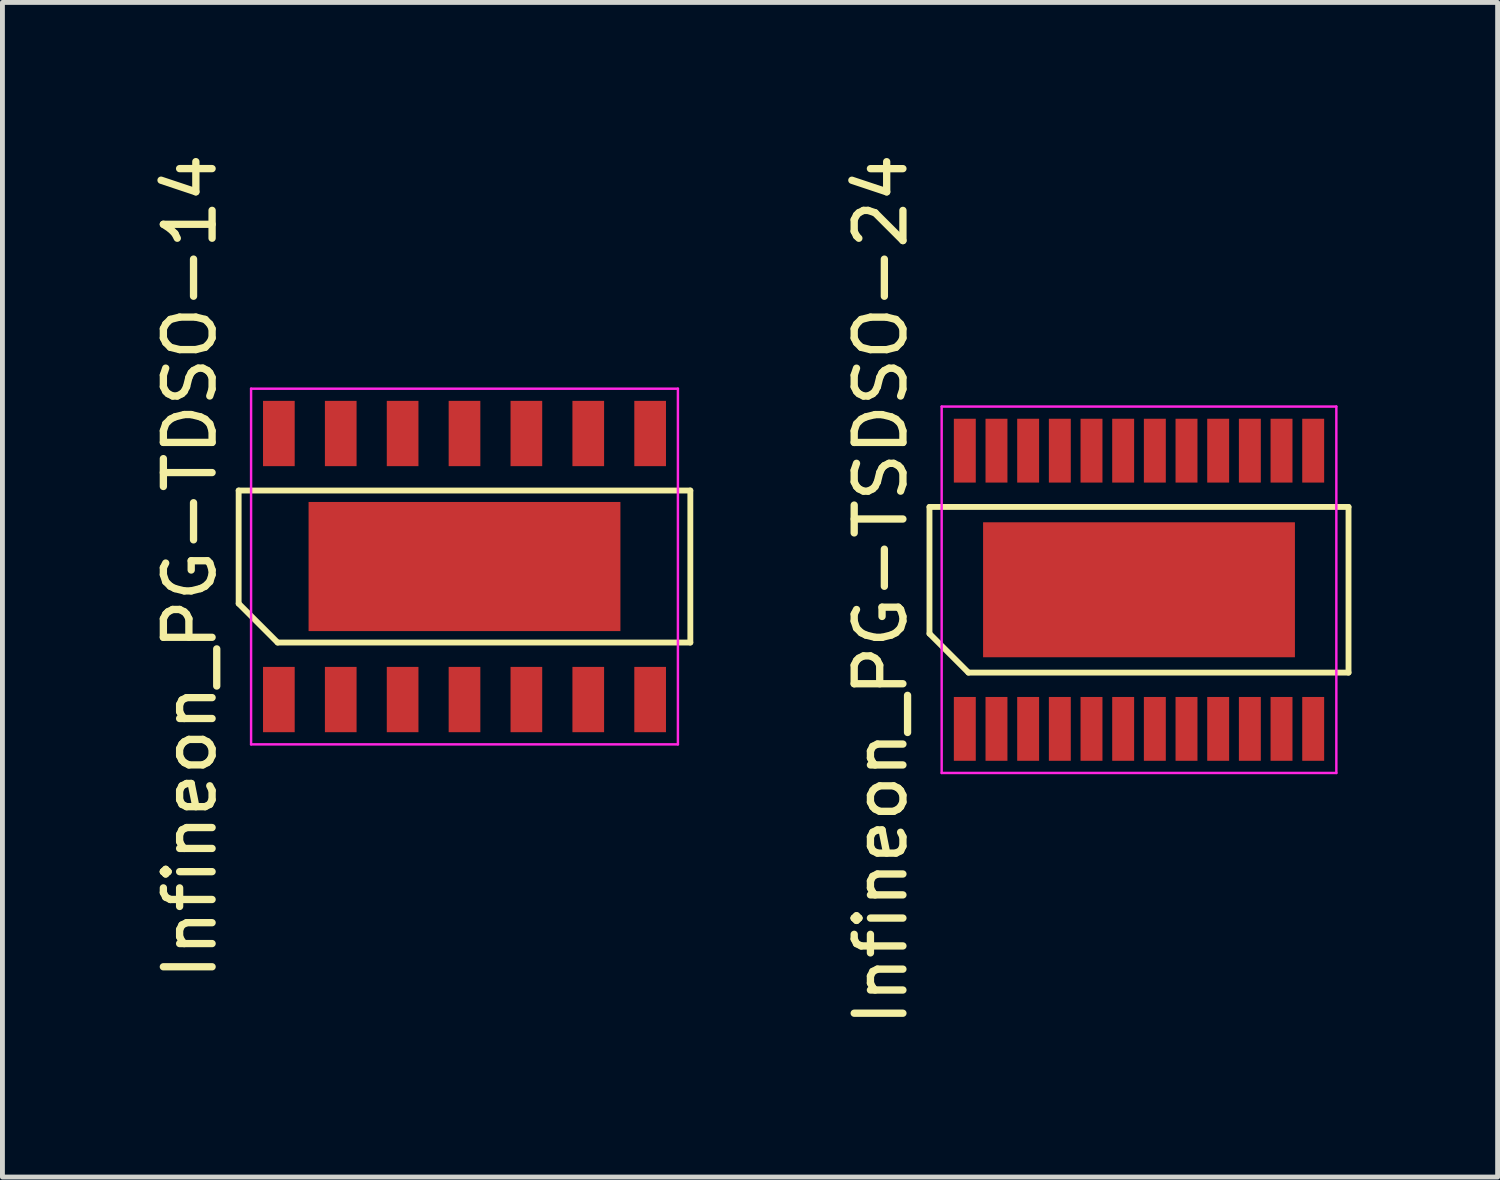
<source format=kicad_pcb>
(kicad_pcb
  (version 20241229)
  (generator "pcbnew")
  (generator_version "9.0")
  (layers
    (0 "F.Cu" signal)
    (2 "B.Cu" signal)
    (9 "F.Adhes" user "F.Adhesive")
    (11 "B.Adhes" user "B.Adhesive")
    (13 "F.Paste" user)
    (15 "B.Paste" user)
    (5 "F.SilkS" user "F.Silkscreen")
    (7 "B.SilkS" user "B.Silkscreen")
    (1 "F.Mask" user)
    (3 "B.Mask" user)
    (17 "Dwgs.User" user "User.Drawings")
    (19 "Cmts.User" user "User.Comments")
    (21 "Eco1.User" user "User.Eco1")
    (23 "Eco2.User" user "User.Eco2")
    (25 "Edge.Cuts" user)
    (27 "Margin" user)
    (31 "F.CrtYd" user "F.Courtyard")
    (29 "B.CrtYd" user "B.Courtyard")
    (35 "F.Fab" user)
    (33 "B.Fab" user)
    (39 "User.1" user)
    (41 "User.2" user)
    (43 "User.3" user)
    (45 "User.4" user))
  (footprint "Infineon_PG-TSDSO-24"
    (layer "F.Cu")
    (at 20.326 9.054)
    (property "Reference" "Infineon_PG-TSDSO-24" (at -5.3 0 90) (layer "F.SilkS") (effects (font (size 1 1) (thickness 0.15))))
    (attr through_hole)
    (fp_line (start -4.3 -1.7) (end 4.3 -1.7) (stroke (width 0.12) (type solid)) (layer "F.SilkS"))
    (fp_line (start -4.3 0.9) (end -4.3 -1.7) (stroke (width 0.12) (type solid)) (layer "F.SilkS"))
    (fp_line (start -3.5 1.7) (end -4.3 0.9) (stroke (width 0.12) (type solid)) (layer "F.SilkS"))
    (fp_line (start 4.3 -1.7) (end 4.3 1.7) (stroke (width 0.12) (type solid)) (layer "F.SilkS"))
    (fp_line (start 4.3 1.7) (end -3.5 1.7) (stroke (width 0.12) (type solid)) (layer "F.SilkS"))
    (fp_line (start -4.05 -3.76) (end 4.05 -3.76) (stroke (width 0.05) (type solid)) (layer "F.CrtYd"))
    (fp_line (start -4.05 3.76) (end -4.05 -3.76) (stroke (width 0.05) (type solid)) (layer "F.CrtYd"))
    (fp_line (start 4.05 -3.76) (end 4.05 3.76) (stroke (width 0.05) (type solid)) (layer "F.CrtYd"))
    (fp_line (start 4.05 3.76) (end -4.05 3.76) (stroke (width 0.05) (type solid)) (layer "F.CrtYd"))
    (pad "1" smd rect (at -3.575 2.855) (size 0.45 1.31) (layers "F.Cu" "F.Mask" "F.Paste"))
    (pad "2" smd rect (at -2.925 2.855) (size 0.45 1.31) (layers "F.Cu" "F.Mask" "F.Paste"))
    (pad "3" smd rect (at -2.275 2.855) (size 0.45 1.31) (layers "F.Cu" "F.Mask" "F.Paste"))
    (pad "4" smd rect (at -1.625 2.855) (size 0.45 1.31) (layers "F.Cu" "F.Mask" "F.Paste"))
    (pad "5" smd rect (at -0.975 2.855) (size 0.45 1.31) (layers "F.Cu" "F.Mask" "F.Paste"))
    (pad "6" smd rect (at -0.325 2.855) (size 0.45 1.31) (layers "F.Cu" "F.Mask" "F.Paste"))
    (pad "7" smd rect (at 0.325 2.855) (size 0.45 1.31) (layers "F.Cu" "F.Mask" "F.Paste"))
    (pad "8" smd rect (at 0.975 2.855) (size 0.45 1.31) (layers "F.Cu" "F.Mask" "F.Paste"))
    (pad "9" smd rect (at 1.625 2.855) (size 0.45 1.31) (layers "F.Cu" "F.Mask" "F.Paste"))
    (pad "10" smd rect (at 2.275 2.855) (size 0.45 1.31) (layers "F.Cu" "F.Mask" "F.Paste"))
    (pad "11" smd rect (at 2.925 2.855) (size 0.45 1.31) (layers "F.Cu" "F.Mask" "F.Paste"))
    (pad "12" smd rect (at 3.575 2.855) (size 0.45 1.31) (layers "F.Cu" "F.Mask" "F.Paste"))
    (pad "13" smd rect (at 3.575 -2.855) (size 0.45 1.31) (layers "F.Cu" "F.Mask" "F.Paste"))
    (pad "14" smd rect (at 2.925 -2.855) (size 0.45 1.31) (layers "F.Cu" "F.Mask" "F.Paste"))
    (pad "15" smd rect (at 2.275 -2.855) (size 0.45 1.31) (layers "F.Cu" "F.Mask" "F.Paste"))
    (pad "16" smd rect (at 1.625 -2.855) (size 0.45 1.31) (layers "F.Cu" "F.Mask" "F.Paste"))
    (pad "17" smd rect (at 0.975 -2.855) (size 0.45 1.31) (layers "F.Cu" "F.Mask" "F.Paste"))
    (pad "18" smd rect (at 0.325 -2.855) (size 0.45 1.31) (layers "F.Cu" "F.Mask" "F.Paste"))
    (pad "19" smd rect (at -0.325 -2.855) (size 0.45 1.31) (layers "F.Cu" "F.Mask" "F.Paste"))
    (pad "20" smd rect (at -0.975 -2.855) (size 0.45 1.31) (layers "F.Cu" "F.Mask" "F.Paste"))
    (pad "21" smd rect (at -1.625 -2.855) (size 0.45 1.31) (layers "F.Cu" "F.Mask" "F.Paste"))
    (pad "22" smd rect (at -2.275 -2.855) (size 0.45 1.31) (layers "F.Cu" "F.Mask" "F.Paste"))
    (pad "23" smd rect (at -2.925 -2.855) (size 0.45 1.31) (layers "F.Cu" "F.Mask" "F.Paste"))
    (pad "24" smd rect (at -3.575 -2.855) (size 0.45 1.31) (layers "F.Cu" "F.Mask" "F.Paste"))
    (pad "25" smd rect (at 0 0) (size 6.4 2.77) (layers "F.Cu" "F.Mask" "F.Paste")))
  (footprint "Infineon_PG-TDSO-14"
    (layer "F.Cu")
    (at 6.483 8.577)
    (property "Reference" "Infineon_PG-TDSO-14" (at -5.635 0 90) (layer "F.SilkS") (effects (font (size 1 1) (thickness 0.15))))
    (attr through_hole)
    (fp_line (start -4.635 -1.56) (end 4.635 -1.56) (stroke (width 0.12) (type solid)) (layer "F.SilkS"))
    (fp_line (start -4.635 0.76) (end -4.635 -1.56) (stroke (width 0.12) (type solid)) (layer "F.SilkS"))
    (fp_line (start -3.835 1.56) (end -4.635 0.76) (stroke (width 0.12) (type solid)) (layer "F.SilkS"))
    (fp_line (start 4.635 -1.56) (end 4.635 1.56) (stroke (width 0.12) (type solid)) (layer "F.SilkS"))
    (fp_line (start 4.635 1.56) (end -3.835 1.56) (stroke (width 0.12) (type solid)) (layer "F.SilkS"))
    (fp_line (start -4.38 -3.65) (end 4.38 -3.65) (stroke (width 0.05) (type solid)) (layer "F.CrtYd"))
    (fp_line (start -4.38 3.65) (end -4.38 -3.65) (stroke (width 0.05) (type solid)) (layer "F.CrtYd"))
    (fp_line (start 4.38 -3.65) (end 4.38 3.65) (stroke (width 0.05) (type solid)) (layer "F.CrtYd"))
    (fp_line (start 4.38 3.65) (end -4.38 3.65) (stroke (width 0.05) (type solid)) (layer "F.CrtYd"))
    (pad "1" smd rect (at -3.81 2.73) (size 0.65 1.34) (layers "F.Cu" "F.Mask" "F.Paste"))
    (pad "2" smd rect (at -2.54 2.73) (size 0.65 1.34) (layers "F.Cu" "F.Mask" "F.Paste"))
    (pad "3" smd rect (at -1.27 2.73) (size 0.65 1.34) (layers "F.Cu" "F.Mask" "F.Paste"))
    (pad "4" smd rect (at 0 2.73) (size 0.65 1.34) (layers "F.Cu" "F.Mask" "F.Paste"))
    (pad "5" smd rect (at 1.27 2.73) (size 0.65 1.34) (layers "F.Cu" "F.Mask" "F.Paste"))
    (pad "6" smd rect (at 2.54 2.73) (size 0.65 1.34) (layers "F.Cu" "F.Mask" "F.Paste"))
    (pad "7" smd rect (at 3.81 2.73) (size 0.65 1.34) (layers "F.Cu" "F.Mask" "F.Paste"))
    (pad "8" smd rect (at 3.81 -2.73) (size 0.65 1.34) (layers "F.Cu" "F.Mask" "F.Paste"))
    (pad "9" smd rect (at 2.54 -2.73) (size 0.65 1.34) (layers "F.Cu" "F.Mask" "F.Paste"))
    (pad "10" smd rect (at 1.27 -2.73) (size 0.65 1.34) (layers "F.Cu" "F.Mask" "F.Paste"))
    (pad "11" smd rect (at 0 -2.73) (size 0.65 1.34) (layers "F.Cu" "F.Mask" "F.Paste"))
    (pad "12" smd rect (at -1.27 -2.73) (size 0.65 1.34) (layers "F.Cu" "F.Mask" "F.Paste"))
    (pad "13" smd rect (at -2.54 -2.73) (size 0.65 1.34) (layers "F.Cu" "F.Mask" "F.Paste"))
    (pad "14" smd rect (at -3.81 -2.73) (size 0.65 1.34) (layers "F.Cu" "F.Mask" "F.Paste"))
    (pad "15" smd rect (at 0 0) (size 6.4 2.65) (layers "F.Cu" "F.Mask" "F.Paste")))
  (gr_rect
    (start -3 -3)
    (end 27.686 21.107)
    (stroke (width 0.1) (type default))
    (fill no)
    (layer "Edge.Cuts")))
</source>
